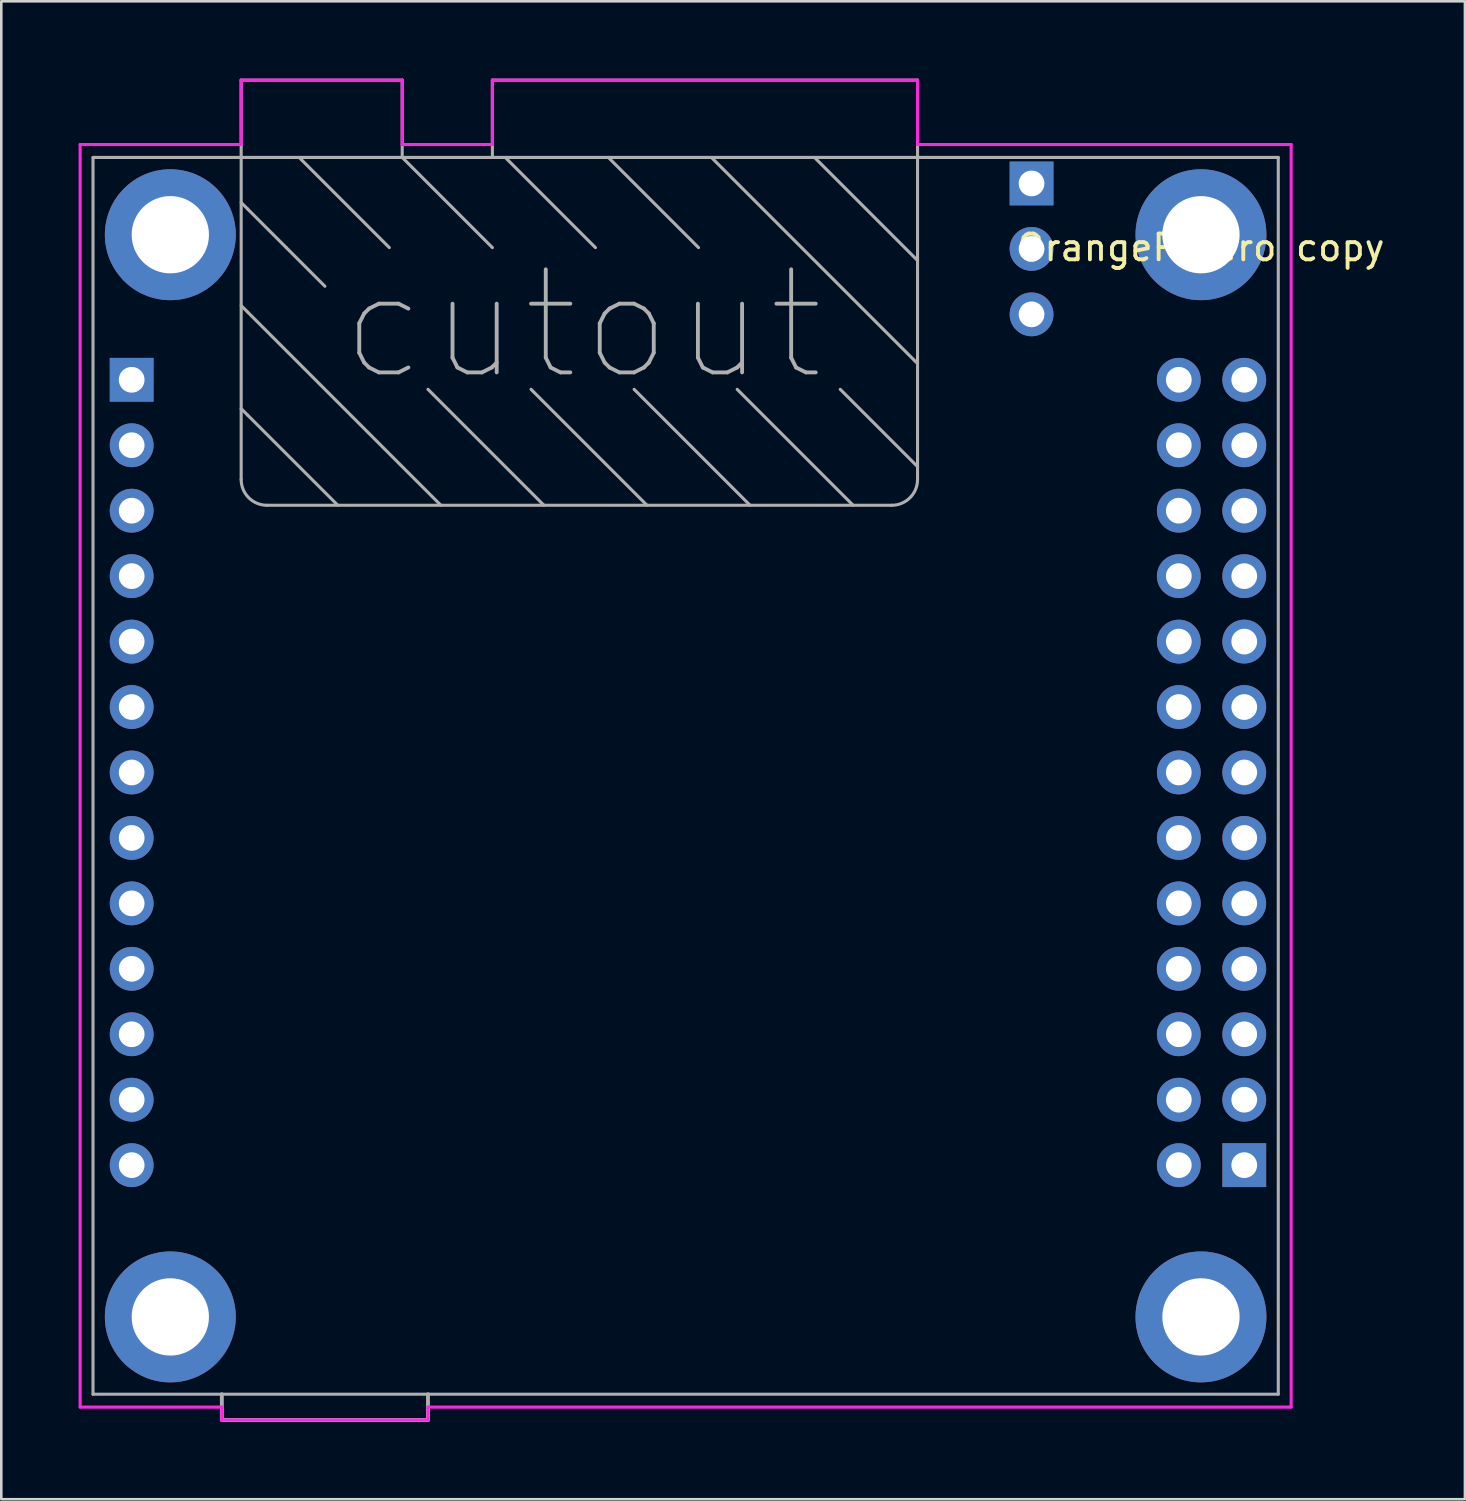
<source format=kicad_pcb>
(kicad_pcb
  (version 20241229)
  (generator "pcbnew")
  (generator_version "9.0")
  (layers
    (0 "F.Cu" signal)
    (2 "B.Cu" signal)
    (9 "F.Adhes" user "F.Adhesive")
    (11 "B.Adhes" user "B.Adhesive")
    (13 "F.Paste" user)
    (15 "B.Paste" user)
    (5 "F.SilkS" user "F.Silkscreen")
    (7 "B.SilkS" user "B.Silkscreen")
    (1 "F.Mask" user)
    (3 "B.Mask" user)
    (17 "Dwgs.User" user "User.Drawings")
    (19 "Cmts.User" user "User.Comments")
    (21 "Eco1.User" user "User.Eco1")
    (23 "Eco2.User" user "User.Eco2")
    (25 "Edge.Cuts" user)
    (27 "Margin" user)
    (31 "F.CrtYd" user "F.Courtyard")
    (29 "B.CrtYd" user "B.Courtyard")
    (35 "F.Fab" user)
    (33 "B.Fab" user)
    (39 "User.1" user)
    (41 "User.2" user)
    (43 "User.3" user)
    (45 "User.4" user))
  (footprint "OrangePiZero copy"
    (layer "F.Cu")
    (at 23.142 29.927)
    (property "Reference" "OrangePiZero copy" (at 20.418 -23.367 0) (layer "F.SilkS") (effects (font (size 1 1) (thickness 0.15))))
    (attr through_hole)
    (fp_line (start -23.082 -27.367) (end -16.832 -27.367) (stroke (width 0.12) (type solid)) (layer "F.CrtYd"))
    (fp_line (start -23.082 21.633) (end -23.082 -27.367) (stroke (width 0.12) (type solid)) (layer "F.CrtYd"))
    (fp_line (start -17.582 21.633) (end -23.082 21.633) (stroke (width 0.12) (type solid)) (layer "F.CrtYd"))
    (fp_line (start -17.582 22.133) (end -17.582 21.633) (stroke (width 0.12) (type solid)) (layer "F.CrtYd"))
    (fp_line (start -16.832 -29.867) (end -10.582 -29.867) (stroke (width 0.12) (type solid)) (layer "F.CrtYd"))
    (fp_line (start -16.832 -27.367) (end -16.832 -29.867) (stroke (width 0.12) (type solid)) (layer "F.CrtYd"))
    (fp_line (start -10.582 -29.867) (end -10.582 -27.367) (stroke (width 0.12) (type solid)) (layer "F.CrtYd"))
    (fp_line (start -10.582 -27.367) (end -7.082 -27.367) (stroke (width 0.12) (type solid)) (layer "F.CrtYd"))
    (fp_line (start -9.582 21.633) (end -9.582 22.133) (stroke (width 0.12) (type solid)) (layer "F.CrtYd"))
    (fp_line (start -9.582 22.133) (end -17.582 22.133) (stroke (width 0.12) (type solid)) (layer "F.CrtYd"))
    (fp_line (start -7.082 -29.867) (end 9.418 -29.867) (stroke (width 0.12) (type solid)) (layer "F.CrtYd"))
    (fp_line (start -7.082 -27.367) (end -7.082 -29.867) (stroke (width 0.12) (type solid)) (layer "F.CrtYd"))
    (fp_line (start 9.418 -29.867) (end 9.418 -27.367) (stroke (width 0.12) (type solid)) (layer "F.CrtYd"))
    (fp_line (start 9.418 -27.367) (end 23.918 -27.367) (stroke (width 0.12) (type solid)) (layer "F.CrtYd"))
    (fp_line (start 23.918 -27.367) (end 23.918 21.633) (stroke (width 0.12) (type solid)) (layer "F.CrtYd"))
    (fp_line (start 23.918 21.633) (end -9.582 21.633) (stroke (width 0.12) (type solid)) (layer "F.CrtYd"))
    (fp_line (start -22.582 -26.867) (end 23.418 -26.867) (stroke (width 0.12) (type solid)) (layer "F.Fab"))
    (fp_line (start -22.582 21.133) (end -22.582 -26.867) (stroke (width 0.12) (type solid)) (layer "F.Fab"))
    (fp_line (start -17.582 21.133) (end -17.582 22.133) (stroke (width 0.15) (type solid)) (layer "F.Fab"))
    (fp_line (start -17.582 22.133) (end -9.582 22.133) (stroke (width 0.15) (type solid)) (layer "F.Fab"))
    (fp_line (start -16.832 -29.867) (end -16.832 -26.867) (stroke (width 0.12) (type solid)) (layer "F.Fab"))
    (fp_line (start -16.832 -29.867) (end -10.582 -29.867) (stroke (width 0.12) (type solid)) (layer "F.Fab"))
    (fp_line (start -16.832 -26.867) (end -16.832 -14.367) (stroke (width 0.12) (type solid)) (layer "F.Fab"))
    (fp_line (start -16.582 -24.867) (end -16.832 -25.117) (stroke (width 0.12) (type solid)) (layer "F.Fab"))
    (fp_line (start -16.582 -20.867) (end -16.832 -21.117) (stroke (width 0.12) (type solid)) (layer "F.Fab"))
    (fp_line (start -16.582 -20.867) (end -9.082 -13.367) (stroke (width 0.12) (type solid)) (layer "F.Fab"))
    (fp_line (start -16.582 -16.867) (end -16.832 -17.117) (stroke (width 0.12) (type solid)) (layer "F.Fab"))
    (fp_line (start -16.582 -16.867) (end -13.082 -13.367) (stroke (width 0.12) (type solid)) (layer "F.Fab"))
    (fp_line (start -15.832 -13.367) (end 8.418 -13.367) (stroke (width 0.12) (type solid)) (layer "F.Fab"))
    (fp_line (start -15.082 -23.367) (end -16.582 -24.867) (stroke (width 0.12) (type solid)) (layer "F.Fab"))
    (fp_line (start -15.082 -23.367) (end -13.582 -21.867) (stroke (width 0.12) (type solid)) (layer "F.Fab"))
    (fp_line (start -14.582 -26.867) (end -11.082 -23.367) (stroke (width 0.12) (type solid)) (layer "F.Fab"))
    (fp_line (start -10.582 -29.867) (end -10.582 -26.867) (stroke (width 0.12) (type solid)) (layer "F.Fab"))
    (fp_line (start -10.582 -26.867) (end -7.082 -23.367) (stroke (width 0.12) (type solid)) (layer "F.Fab"))
    (fp_line (start -9.582 22.133) (end -9.582 21.133) (stroke (width 0.15) (type solid)) (layer "F.Fab"))
    (fp_line (start -7.082 -29.867) (end -7.082 -26.867) (stroke (width 0.12) (type solid)) (layer "F.Fab"))
    (fp_line (start -7.082 -29.867) (end 9.418 -29.867) (stroke (width 0.12) (type solid)) (layer "F.Fab"))
    (fp_line (start -6.582 -26.867) (end -3.082 -23.367) (stroke (width 0.12) (type solid)) (layer "F.Fab"))
    (fp_line (start -5.082 -13.367) (end -9.582 -17.867) (stroke (width 0.12) (type solid)) (layer "F.Fab"))
    (fp_line (start -2.582 -26.867) (end 0.918 -23.367) (stroke (width 0.12) (type solid)) (layer "F.Fab"))
    (fp_line (start -1.082 -13.367) (end -5.582 -17.867) (stroke (width 0.12) (type solid)) (layer "F.Fab"))
    (fp_line (start 2.918 -13.367) (end -1.582 -17.867) (stroke (width 0.12) (type solid)) (layer "F.Fab"))
    (fp_line (start 6.918 -13.367) (end 2.418 -17.867) (stroke (width 0.12) (type solid)) (layer "F.Fab"))
    (fp_line (start 9.418 -29.867) (end 9.418 -26.867) (stroke (width 0.12) (type solid)) (layer "F.Fab"))
    (fp_line (start 9.418 -26.867) (end 9.418 -14.367) (stroke (width 0.12) (type solid)) (layer "F.Fab"))
    (fp_line (start 9.418 -22.867) (end 5.418 -26.867) (stroke (width 0.12) (type solid)) (layer "F.Fab"))
    (fp_line (start 9.418 -18.867) (end 1.418 -26.867) (stroke (width 0.12) (type solid)) (layer "F.Fab"))
    (fp_line (start 9.418 -14.867) (end 6.418 -17.867) (stroke (width 0.12) (type solid)) (layer "F.Fab"))
    (fp_line (start 23.418 -26.867) (end 23.418 21.133) (stroke (width 0.12) (type solid)) (layer "F.Fab"))
    (fp_line (start 23.418 21.133) (end -22.582 21.133) (stroke (width 0.12) (type solid)) (layer "F.Fab"))
    (fp_arc (start -15.832042 -13.367241) (mid -16.539149 -13.660134) (end -16.832042 -14.367241) (stroke (width 0.12) (type solid)) (layer "F.Fab"))
    (fp_arc (start 9.417958 -14.367241) (mid 9.125065 -13.660134) (end 8.417958 -13.367241) (stroke (width 0.12) (type solid)) (layer "F.Fab"))
    (fp_text user "cutout" (at -3.582 -20.367 0) (layer "F.Fab") (effects (font (size 4 4) (thickness 0.15))))
    (pad "A01" thru_hole rect (at 22.098 12.243) (size 1.7 1.7) (drill 1) (layers "*.Cu" "*.Mask"))
    (pad "A02" thru_hole circle (at 19.558 12.243) (size 1.7 1.7) (drill 1) (layers "*.Cu" "*.Mask"))
    (pad "A03" thru_hole circle (at 22.098 9.703) (size 1.7 1.7) (drill 1) (layers "*.Cu" "*.Mask"))
    (pad "A04" thru_hole circle (at 19.558 9.703) (size 1.7 1.7) (drill 1) (layers "*.Cu" "*.Mask"))
    (pad "A05" thru_hole circle (at 22.098 7.163) (size 1.7 1.7) (drill 1) (layers "*.Cu" "*.Mask"))
    (pad "A06" thru_hole circle (at 19.558 7.163) (size 1.7 1.7) (drill 1) (layers "*.Cu" "*.Mask"))
    (pad "A07" thru_hole circle (at 22.098 4.623) (size 1.7 1.7) (drill 1) (layers "*.Cu" "*.Mask"))
    (pad "A08" thru_hole circle (at 19.558 4.623) (size 1.7 1.7) (drill 1) (layers "*.Cu" "*.Mask"))
    (pad "A09" thru_hole circle (at 22.098 2.083) (size 1.7 1.7) (drill 1) (layers "*.Cu" "*.Mask"))
    (pad "A10" thru_hole circle (at 19.558 2.083) (size 1.7 1.7) (drill 1) (layers "*.Cu" "*.Mask"))
    (pad "A11" thru_hole circle (at 22.098 -0.457) (size 1.7 1.7) (drill 1) (layers "*.Cu" "*.Mask"))
    (pad "A12" thru_hole circle (at 19.558 -0.457) (size 1.7 1.7) (drill 1) (layers "*.Cu" "*.Mask"))
    (pad "A13" thru_hole circle (at 22.098 -2.997) (size 1.7 1.7) (drill 1) (layers "*.Cu" "*.Mask"))
    (pad "A14" thru_hole circle (at 19.558 -2.997) (size 1.7 1.7) (drill 1) (layers "*.Cu" "*.Mask"))
    (pad "A15" thru_hole circle (at 22.098 -5.537) (size 1.7 1.7) (drill 1) (layers "*.Cu" "*.Mask"))
    (pad "A16" thru_hole circle (at 19.558 -5.537) (size 1.7 1.7) (drill 1) (layers "*.Cu" "*.Mask"))
    (pad "A17" thru_hole circle (at 22.098 -8.077) (size 1.7 1.7) (drill 1) (layers "*.Cu" "*.Mask"))
    (pad "A18" thru_hole circle (at 19.558 -8.077) (size 1.7 1.7) (drill 1) (layers "*.Cu" "*.Mask"))
    (pad "A19" thru_hole circle (at 22.098 -10.617) (size 1.7 1.7) (drill 1) (layers "*.Cu" "*.Mask"))
    (pad "A20" thru_hole circle (at 19.558 -10.617) (size 1.7 1.7) (drill 1) (layers "*.Cu" "*.Mask"))
    (pad "A21" thru_hole circle (at 22.098 -13.157) (size 1.7 1.7) (drill 1) (layers "*.Cu" "*.Mask"))
    (pad "A22" thru_hole circle (at 19.558 -13.157) (size 1.7 1.7) (drill 1) (layers "*.Cu" "*.Mask"))
    (pad "A23" thru_hole circle (at 22.098 -15.697) (size 1.7 1.7) (drill 1) (layers "*.Cu" "*.Mask"))
    (pad "A24" thru_hole circle (at 19.558 -15.697) (size 1.7 1.7) (drill 1) (layers "*.Cu" "*.Mask"))
    (pad "A25" thru_hole circle (at 22.098 -18.237) (size 1.7 1.7) (drill 1) (layers "*.Cu" "*.Mask"))
    (pad "A26" thru_hole circle (at 19.558 -18.237) (size 1.7 1.7) (drill 1) (layers "*.Cu" "*.Mask"))
    (pad "B01" thru_hole rect (at -21.082 -18.237) (size 1.7 1.7) (drill 1) (layers "*.Cu" "*.Mask"))
    (pad "B02" thru_hole circle (at -21.082 -15.697) (size 1.7 1.7) (drill 1) (layers "*.Cu" "*.Mask"))
    (pad "B03" thru_hole circle (at -21.082 -13.157) (size 1.7 1.7) (drill 1) (layers "*.Cu" "*.Mask"))
    (pad "B04" thru_hole circle (at -21.082 -10.617) (size 1.7 1.7) (drill 1) (layers "*.Cu" "*.Mask"))
    (pad "B05" thru_hole circle (at -21.082 -8.077) (size 1.7 1.7) (drill 1) (layers "*.Cu" "*.Mask"))
    (pad "B06" thru_hole circle (at -21.082 -5.537) (size 1.7 1.7) (drill 1) (layers "*.Cu" "*.Mask"))
    (pad "B07" thru_hole circle (at -21.082 -2.997) (size 1.7 1.7) (drill 1) (layers "*.Cu" "*.Mask"))
    (pad "B08" thru_hole circle (at -21.082 -0.457) (size 1.7 1.7) (drill 1) (layers "*.Cu" "*.Mask"))
    (pad "B09" thru_hole circle (at -21.082 2.083) (size 1.7 1.7) (drill 1) (layers "*.Cu" "*.Mask"))
    (pad "B10" thru_hole circle (at -21.082 4.623) (size 1.7 1.7) (drill 1) (layers "*.Cu" "*.Mask"))
    (pad "B11" thru_hole circle (at -21.082 7.163) (size 1.7 1.7) (drill 1) (layers "*.Cu" "*.Mask"))
    (pad "B12" thru_hole circle (at -21.082 9.703) (size 1.7 1.7) (drill 1) (layers "*.Cu" "*.Mask"))
    (pad "B13" thru_hole circle (at -21.082 12.243) (size 1.7 1.7) (drill 1) (layers "*.Cu" "*.Mask"))
    (pad "C1" thru_hole rect (at 13.843 -25.857) (size 1.7 1.7) (drill 1) (layers "*.Cu" "*.Mask"))
    (pad "C2" thru_hole circle (at 13.843 -23.317) (size 1.7 1.7) (drill 1) (layers "*.Cu" "*.Mask"))
    (pad "C3" thru_hole circle (at 13.843 -20.777) (size 1.7 1.7) (drill 1) (layers "*.Cu" "*.Mask"))
    (pad "D1" thru_hole circle (at 20.418 -23.867) (size 5.08 5.08) (drill 3) (layers "*.Cu" "*.Mask"))
    (pad "D2" thru_hole circle (at -19.582 -23.867) (size 5.08 5.08) (drill 3) (layers "*.Cu" "*.Mask"))
    (pad "D3" thru_hole circle (at 20.418 18.133) (size 5.08 5.08) (drill 3) (layers "*.Cu" "*.Mask"))
    (pad "D4" thru_hole circle (at -19.582 18.133) (size 5.08 5.08) (drill 3) (layers "*.Cu" "*.Mask")))
  (gr_rect
    (start -3 -3)
    (end 53.804 55.135)
    (stroke (width 0.1) (type default))
    (fill no)
    (layer "Edge.Cuts")))
</source>
